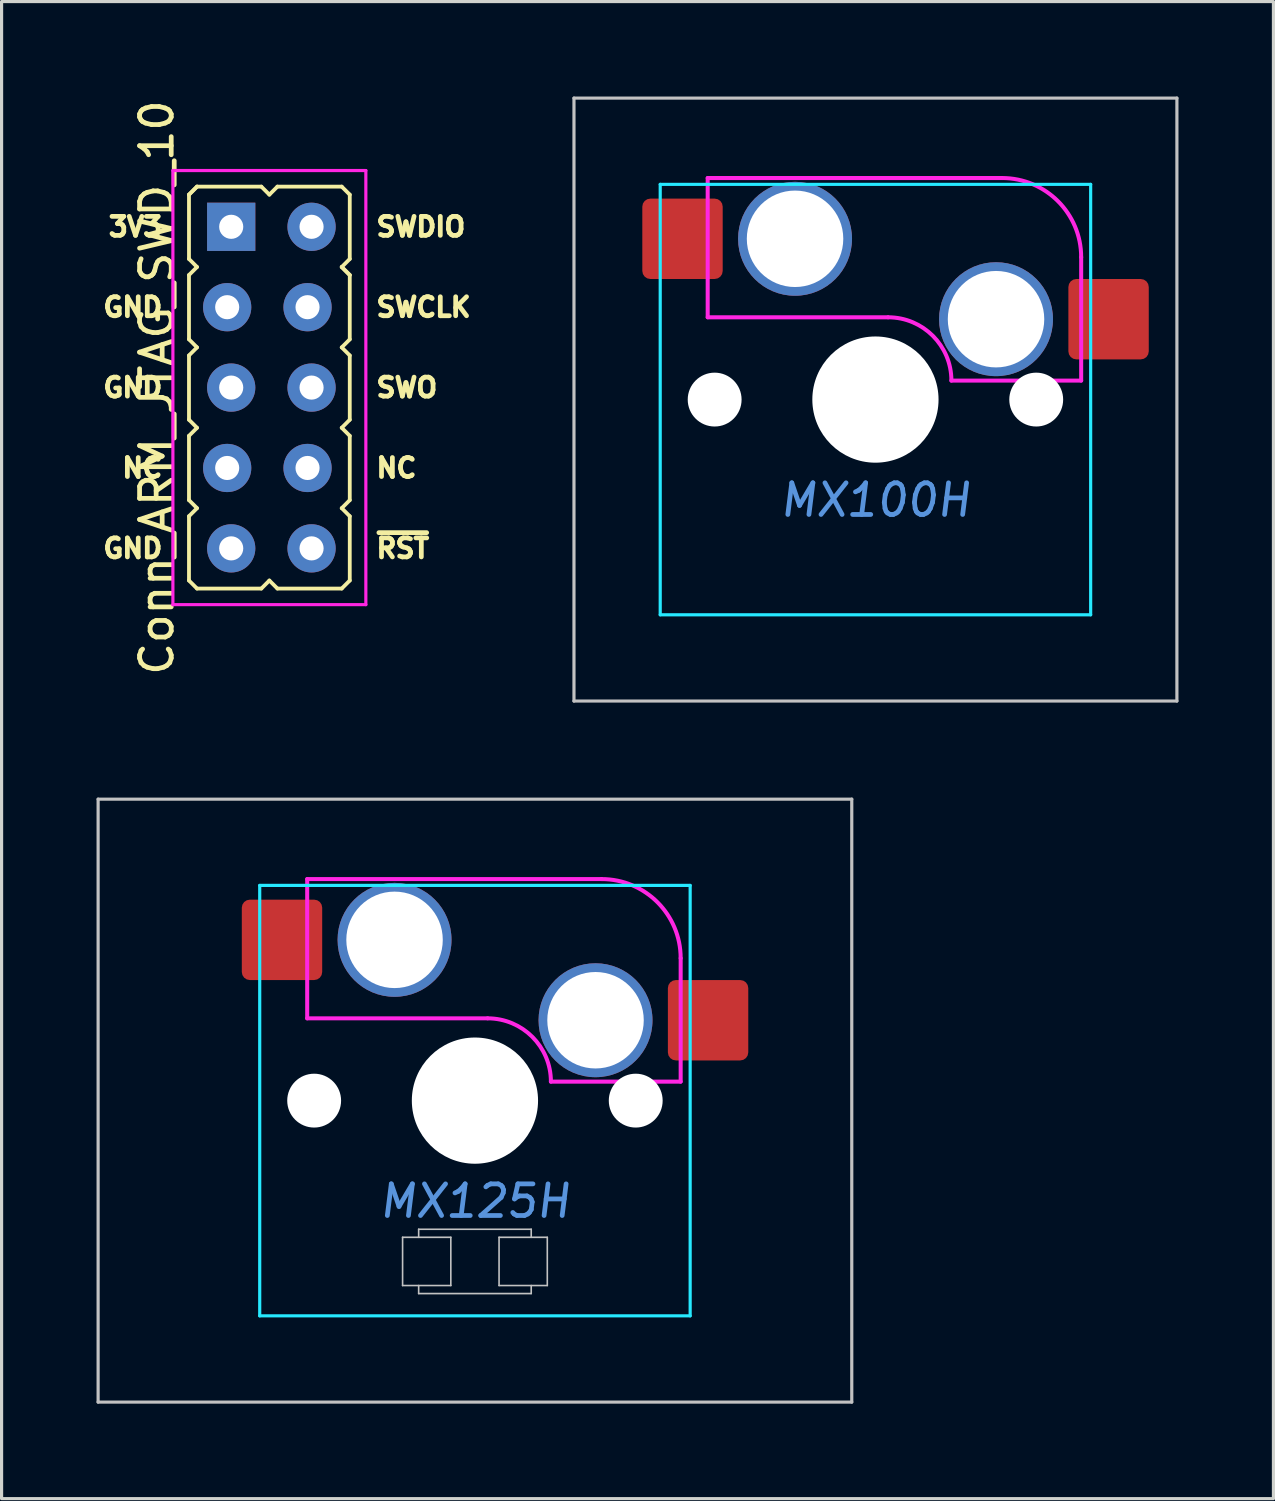
<source format=kicad_pcb>
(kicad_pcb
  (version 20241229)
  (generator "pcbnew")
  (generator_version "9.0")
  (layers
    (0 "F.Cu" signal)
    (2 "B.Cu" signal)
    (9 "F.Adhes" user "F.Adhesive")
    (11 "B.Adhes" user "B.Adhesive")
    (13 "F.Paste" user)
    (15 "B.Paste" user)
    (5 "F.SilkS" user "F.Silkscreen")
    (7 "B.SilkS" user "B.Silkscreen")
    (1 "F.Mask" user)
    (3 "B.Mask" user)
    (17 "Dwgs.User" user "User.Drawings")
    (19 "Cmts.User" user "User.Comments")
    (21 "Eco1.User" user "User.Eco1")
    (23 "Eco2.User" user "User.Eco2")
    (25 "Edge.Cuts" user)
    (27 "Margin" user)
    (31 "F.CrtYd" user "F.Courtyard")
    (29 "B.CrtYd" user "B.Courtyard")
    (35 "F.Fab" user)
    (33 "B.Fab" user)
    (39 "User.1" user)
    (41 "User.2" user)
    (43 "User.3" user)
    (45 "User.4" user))
  (footprint "MX100H"
    (layer "F.Cu")
    (at 24.61 9.575)
    (property "Reference" "MX100H" (at 0 3.175 0) (layer "Cmts.User") (effects (font (size 1 1) (thickness 0.15) (italic yes))))
    (attr smd)
    (fp_line (start -9.525 -9.525) (end -9.525 9.525) (stroke (width 0.1) (type solid)) (layer "Dwgs.User"))
    (fp_line (start -9.525 -9.525) (end 9.525 -9.525) (stroke (width 0.1) (type solid)) (layer "Dwgs.User"))
    (fp_line (start -9.525 9.525) (end 9.525 9.525) (stroke (width 0.1) (type solid)) (layer "Dwgs.User"))
    (fp_line (start 9.525 9.525) (end 9.525 -9.525) (stroke (width 0.1) (type solid)) (layer "Dwgs.User"))
    (fp_line (start -7 6.5) (end -7 -6.5) (stroke (width 0.1) (type solid)) (layer "Eco1.User"))
    (fp_line (start -6.5 -7) (end 6.5 -7) (stroke (width 0.1) (type solid)) (layer "Eco1.User"))
    (fp_line (start 6.5 7) (end -6.5 7) (stroke (width 0.1) (type solid)) (layer "Eco1.User"))
    (fp_line (start 7 -6.5) (end 7 6.5) (stroke (width 0.1) (type solid)) (layer "Eco1.User"))
    (fp_arc (start -7 -6.5) (mid -6.853553 -6.853553) (end -6.5 -7) (stroke (width 0.1) (type solid)) (layer "Eco1.User"))
    (fp_arc (start -6.5 7) (mid -6.853553 6.853553) (end -7 6.5) (stroke (width 0.1) (type solid)) (layer "Eco1.User"))
    (fp_arc (start 6.5 -7) (mid 6.853553 -6.853553) (end 7 -6.5) (stroke (width 0.1) (type solid)) (layer "Eco1.User"))
    (fp_arc (start 7 6.5) (mid 6.853553 6.853553) (end 6.5 7) (stroke (width 0.1) (type solid)) (layer "Eco1.User"))
    (fp_line (start -6.8 -6.8) (end -6.8 6.8) (stroke (width 0.1) (type solid)) (layer "B.CrtYd"))
    (fp_line (start -6.8 -6.8) (end 6.8 -6.8) (stroke (width 0.1) (type solid)) (layer "B.CrtYd"))
    (fp_line (start 6.8 6.8) (end -6.8 6.8) (stroke (width 0.1) (type solid)) (layer "B.CrtYd"))
    (fp_line (start 6.8 6.8) (end 6.8 -6.8) (stroke (width 0.1) (type solid)) (layer "B.CrtYd"))
    (fp_line (start -5.3 -7) (end -5.3 -2.6) (stroke (width 0.127) (type solid)) (layer "F.CrtYd"))
    (fp_line (start -5.3 -7) (end 4 -7) (stroke (width 0.127) (type solid)) (layer "F.CrtYd"))
    (fp_line (start 0.4 -2.6) (end -5.3 -2.6) (stroke (width 0.127) (type solid)) (layer "F.CrtYd"))
    (fp_line (start 6.5 -4.5) (end 6.5 -0.6) (stroke (width 0.127) (type solid)) (layer "F.CrtYd"))
    (fp_line (start 6.5 -0.6) (end 2.4 -0.6) (stroke (width 0.127) (type solid)) (layer "F.CrtYd"))
    (fp_arc (start 0.4 -2.6) (mid 1.814214 -2.014214) (end 2.4 -0.6) (stroke (width 0.127) (type solid)) (layer "F.CrtYd"))
    (fp_arc (start 4 -7) (mid 5.767767 -6.267767) (end 6.5 -4.5) (stroke (width 0.127) (type solid)) (layer "F.CrtYd"))
    (pad "" np_thru_hole circle (at -5.08 0) (size 1.702 1.702) (drill 1.702) (layers "*.Cu" "*.Mask"))
    (pad "" thru_hole circle (at -2.54 -5.08) (size 3.6 3.6) (drill 3.048) (layers "*.Cu" "*.Mask"))
    (pad "" np_thru_hole circle (at 0 0) (size 3.988 3.988) (drill 3.988) (layers "*.Cu" "*.Mask"))
    (pad "" thru_hole circle (at 3.81 -2.54) (size 3.6 3.6) (drill 3.048) (layers "*.Cu" "*.Mask"))
    (pad "" np_thru_hole circle (at 5.08 0) (size 1.702 1.702) (drill 1.702) (layers "*.Cu" "*.Mask"))
    (pad "1" smd roundrect (at -6.096 -5.08) (size 2.54 2.54) (layers "F.Cu" "F.Mask") (roundrect_rratio 0.1))
    (pad "2" smd roundrect (at 7.366 -2.54) (size 2.54 2.54) (layers "F.Cu" "F.Mask") (roundrect_rratio 0.1)))
  (footprint "MX125H"
    (layer "F.Cu")
    (at 11.956 31.725)
    (property "Reference" "MX125H" (at 0 3.175 180) (layer "Cmts.User") (effects (font (size 1 1) (thickness 0.15) (italic yes))))
    (attr smd)
    (fp_line (start -11.906 -9.525) (end -11.906 9.525) (stroke (width 0.1) (type solid)) (layer "Dwgs.User"))
    (fp_line (start -11.906 -9.525) (end 11.906 -9.525) (stroke (width 0.1) (type solid)) (layer "Dwgs.User"))
    (fp_line (start -11.906 9.525) (end 11.906 9.525) (stroke (width 0.1) (type solid)) (layer "Dwgs.User"))
    (fp_line (start -2.286 4.318) (end -2.286 5.842) (stroke (width 0.051) (type solid)) (layer "Dwgs.User"))
    (fp_line (start -2.286 5.842) (end -0.762 5.842) (stroke (width 0.051) (type solid)) (layer "Dwgs.User"))
    (fp_line (start -1.778 4.064) (end -1.778 4.318) (stroke (width 0.051) (type solid)) (layer "Dwgs.User"))
    (fp_line (start -1.778 6.096) (end -1.778 5.842) (stroke (width 0.051) (type solid)) (layer "Dwgs.User"))
    (fp_line (start -1.778 6.096) (end 1.778 6.096) (stroke (width 0.051) (type solid)) (layer "Dwgs.User"))
    (fp_line (start -0.762 4.318) (end -2.286 4.318) (stroke (width 0.051) (type solid)) (layer "Dwgs.User"))
    (fp_line (start -0.762 5.842) (end -0.762 4.318) (stroke (width 0.051) (type solid)) (layer "Dwgs.User"))
    (fp_line (start 0.762 4.318) (end 2.286 4.318) (stroke (width 0.051) (type solid)) (layer "Dwgs.User"))
    (fp_line (start 0.762 5.842) (end 0.762 4.318) (stroke (width 0.051) (type solid)) (layer "Dwgs.User"))
    (fp_line (start 1.778 4.064) (end -1.778 4.064) (stroke (width 0.051) (type solid)) (layer "Dwgs.User"))
    (fp_line (start 1.778 4.318) (end 1.778 4.064) (stroke (width 0.051) (type solid)) (layer "Dwgs.User"))
    (fp_line (start 1.778 6.096) (end 1.778 5.842) (stroke (width 0.051) (type solid)) (layer "Dwgs.User"))
    (fp_line (start 2.286 4.318) (end 2.286 5.842) (stroke (width 0.051) (type solid)) (layer "Dwgs.User"))
    (fp_line (start 2.286 5.842) (end 0.762 5.842) (stroke (width 0.051) (type solid)) (layer "Dwgs.User"))
    (fp_line (start 11.906 9.525) (end 11.906 -9.525) (stroke (width 0.1) (type solid)) (layer "Dwgs.User"))
    (fp_line (start -7 6.5) (end -7 -6.5) (stroke (width 0.1) (type solid)) (layer "Eco1.User"))
    (fp_line (start -6.5 -7) (end 6.5 -7) (stroke (width 0.1) (type solid)) (layer "Eco1.User"))
    (fp_line (start 6.5 7) (end -6.5 7) (stroke (width 0.1) (type solid)) (layer "Eco1.User"))
    (fp_line (start 7 -6.5) (end 7 6.5) (stroke (width 0.1) (type solid)) (layer "Eco1.User"))
    (fp_arc (start -7 -6.5) (mid -6.853553 -6.853553) (end -6.5 -7) (stroke (width 0.1) (type solid)) (layer "Eco1.User"))
    (fp_arc (start -6.5 7) (mid -6.853553 6.853553) (end -7 6.5) (stroke (width 0.1) (type solid)) (layer "Eco1.User"))
    (fp_arc (start 6.5 -7) (mid 6.853553 -6.853553) (end 7 -6.5) (stroke (width 0.1) (type solid)) (layer "Eco1.User"))
    (fp_arc (start 7 6.5) (mid 6.853553 6.853553) (end 6.5 7) (stroke (width 0.1) (type solid)) (layer "Eco1.User"))
    (fp_line (start -6.8 -6.8) (end -6.8 6.8) (stroke (width 0.1) (type solid)) (layer "B.CrtYd"))
    (fp_line (start -6.8 -6.8) (end 6.8 -6.8) (stroke (width 0.1) (type solid)) (layer "B.CrtYd"))
    (fp_line (start 6.8 6.8) (end -6.8 6.8) (stroke (width 0.1) (type solid)) (layer "B.CrtYd"))
    (fp_line (start 6.8 6.8) (end 6.8 -6.8) (stroke (width 0.1) (type solid)) (layer "B.CrtYd"))
    (fp_line (start -5.3 -7) (end -5.3 -2.6) (stroke (width 0.127) (type solid)) (layer "F.CrtYd"))
    (fp_line (start -5.3 -7) (end 4 -7) (stroke (width 0.127) (type solid)) (layer "F.CrtYd"))
    (fp_line (start 0.4 -2.6) (end -5.3 -2.6) (stroke (width 0.127) (type solid)) (layer "F.CrtYd"))
    (fp_line (start 6.5 -4.5) (end 6.5 -0.6) (stroke (width 0.127) (type solid)) (layer "F.CrtYd"))
    (fp_line (start 6.5 -0.6) (end 2.4 -0.6) (stroke (width 0.127) (type solid)) (layer "F.CrtYd"))
    (fp_arc (start 0.4 -2.6) (mid 1.814214 -2.014214) (end 2.4 -0.6) (stroke (width 0.127) (type solid)) (layer "F.CrtYd"))
    (fp_arc (start 4 -7) (mid 5.767767 -6.267767) (end 6.5 -4.5) (stroke (width 0.127) (type solid)) (layer "F.CrtYd"))
    (pad "" np_thru_hole circle (at -5.08 0) (size 1.702 1.702) (drill 1.702) (layers "*.Cu" "*.Mask"))
    (pad "" thru_hole circle (at -2.54 -5.08) (size 3.6 3.6) (drill 3.048) (layers "*.Cu" "*.Mask"))
    (pad "" np_thru_hole circle (at 0 0) (size 3.988 3.988) (drill 3.988) (layers "*.Cu" "*.Mask"))
    (pad "" thru_hole circle (at 3.81 -2.54) (size 3.6 3.6) (drill 3.048) (layers "*.Cu" "*.Mask"))
    (pad "" np_thru_hole circle (at 5.08 0) (size 1.702 1.702) (drill 1.702) (layers "*.Cu" "*.Mask"))
    (pad "1" smd roundrect (at -6.096 -5.08) (size 2.54 2.54) (layers "F.Cu" "F.Mask") (roundrect_rratio 0.1))
    (pad "2" smd roundrect (at 7.366 -2.54) (size 2.54 2.54) (layers "F.Cu" "F.Mask") (roundrect_rratio 0.1)))
  (footprint "Conn_ARM_JTAG_SWD_10"
    (layer "F.Cu")
    (at 5.461 9.196)
    (property "Reference" "Conn_ARM_JTAG_SWD_10" (at -3.556 0 90) (layer "F.SilkS") (effects (font (size 1 1) (thickness 0.15))))
    (attr through_hole)
    (fp_line (start -2.54 -6.096) (end -2.286 -6.35) (stroke (width 0.12) (type solid)) (layer "F.SilkS"))
    (fp_line (start -2.54 -6.096) (end -2.286 -6.35) (stroke (width 0.12) (type solid)) (layer "F.SilkS"))
    (fp_line (start -2.54 -4.064) (end -2.54 -6.096) (stroke (width 0.12) (type solid)) (layer "F.SilkS"))
    (fp_line (start -2.54 -3.556) (end -2.286 -3.81) (stroke (width 0.12) (type solid)) (layer "F.SilkS"))
    (fp_line (start -2.54 -1.524) (end -2.54 -3.556) (stroke (width 0.12) (type solid)) (layer "F.SilkS"))
    (fp_line (start -2.54 -1.016) (end -2.286 -1.27) (stroke (width 0.12) (type solid)) (layer "F.SilkS"))
    (fp_line (start -2.54 1.016) (end -2.54 -1.016) (stroke (width 0.12) (type solid)) (layer "F.SilkS"))
    (fp_line (start -2.54 1.524) (end -2.286 1.27) (stroke (width 0.12) (type solid)) (layer "F.SilkS"))
    (fp_line (start -2.54 3.556) (end -2.54 1.524) (stroke (width 0.12) (type solid)) (layer "F.SilkS"))
    (fp_line (start -2.54 4.064) (end -2.286 3.81) (stroke (width 0.12) (type solid)) (layer "F.SilkS"))
    (fp_line (start -2.54 6.096) (end -2.54 4.064) (stroke (width 0.12) (type solid)) (layer "F.SilkS"))
    (fp_line (start -2.286 -3.81) (end -2.54 -4.064) (stroke (width 0.12) (type solid)) (layer "F.SilkS"))
    (fp_line (start -2.286 -1.27) (end -2.54 -1.524) (stroke (width 0.12) (type solid)) (layer "F.SilkS"))
    (fp_line (start -2.286 1.27) (end -2.54 1.016) (stroke (width 0.12) (type solid)) (layer "F.SilkS"))
    (fp_line (start -2.286 3.81) (end -2.54 3.556) (stroke (width 0.12) (type solid)) (layer "F.SilkS"))
    (fp_line (start -2.286 6.35) (end -2.54 6.096) (stroke (width 0.12) (type solid)) (layer "F.SilkS"))
    (fp_line (start -0.254 -6.35) (end -2.286 -6.35) (stroke (width 0.12) (type solid)) (layer "F.SilkS"))
    (fp_line (start -0.254 6.35) (end -2.286 6.35) (stroke (width 0.12) (type solid)) (layer "F.SilkS"))
    (fp_line (start -0.254 6.35) (end 0 6.096) (stroke (width 0.12) (type solid)) (layer "F.SilkS"))
    (fp_line (start 0 -6.096) (end -0.254 -6.35) (stroke (width 0.12) (type solid)) (layer "F.SilkS"))
    (fp_line (start 0.254 -6.35) (end 0 -6.096) (stroke (width 0.12) (type solid)) (layer "F.SilkS"))
    (fp_line (start 0.254 -6.35) (end 2.286 -6.35) (stroke (width 0.12) (type solid)) (layer "F.SilkS"))
    (fp_line (start 0.254 6.35) (end 0 6.096) (stroke (width 0.12) (type solid)) (layer "F.SilkS"))
    (fp_line (start 2.286 -6.35) (end 2.54 -6.096) (stroke (width 0.12) (type solid)) (layer "F.SilkS"))
    (fp_line (start 2.286 -3.81) (end 2.54 -3.556) (stroke (width 0.12) (type solid)) (layer "F.SilkS"))
    (fp_line (start 2.286 -3.81) (end 2.54 -3.556) (stroke (width 0.12) (type solid)) (layer "F.SilkS"))
    (fp_line (start 2.286 -1.27) (end 2.54 -1.016) (stroke (width 0.12) (type solid)) (layer "F.SilkS"))
    (fp_line (start 2.286 1.27) (end 2.54 1.524) (stroke (width 0.12) (type solid)) (layer "F.SilkS"))
    (fp_line (start 2.286 3.81) (end 2.54 4.064) (stroke (width 0.12) (type solid)) (layer "F.SilkS"))
    (fp_line (start 2.286 6.35) (end 0.254 6.35) (stroke (width 0.12) (type solid)) (layer "F.SilkS"))
    (fp_line (start 2.54 -6.096) (end 2.54 -4.064) (stroke (width 0.12) (type solid)) (layer "F.SilkS"))
    (fp_line (start 2.54 -4.064) (end 2.286 -3.81) (stroke (width 0.12) (type solid)) (layer "F.SilkS"))
    (fp_line (start 2.54 -3.556) (end 2.54 -1.524) (stroke (width 0.12) (type solid)) (layer "F.SilkS"))
    (fp_line (start 2.54 -1.524) (end 2.286 -1.27) (stroke (width 0.12) (type solid)) (layer "F.SilkS"))
    (fp_line (start 2.54 -1.016) (end 2.54 1.016) (stroke (width 0.12) (type solid)) (layer "F.SilkS"))
    (fp_line (start 2.54 1.016) (end 2.286 1.27) (stroke (width 0.12) (type solid)) (layer "F.SilkS"))
    (fp_line (start 2.54 1.524) (end 2.54 3.556) (stroke (width 0.12) (type solid)) (layer "F.SilkS"))
    (fp_line (start 2.54 3.556) (end 2.286 3.81) (stroke (width 0.12) (type solid)) (layer "F.SilkS"))
    (fp_line (start 2.54 4.064) (end 2.54 6.096) (stroke (width 0.12) (type solid)) (layer "F.SilkS"))
    (fp_line (start 2.54 6.096) (end 2.286 6.35) (stroke (width 0.12) (type solid)) (layer "F.SilkS"))
    (fp_line (start -3.048 6.858) (end -3.048 -6.858) (stroke (width 0.1) (type solid)) (layer "F.CrtYd"))
    (fp_line (start -3.048 6.858) (end 3.048 6.858) (stroke (width 0.1) (type solid)) (layer "F.CrtYd"))
    (fp_line (start 3.048 -6.858) (end -3.048 -6.858) (stroke (width 0.1) (type solid)) (layer "F.CrtYd"))
    (fp_line (start 3.048 -6.858) (end 3.048 6.858) (stroke (width 0.1) (type solid)) (layer "F.CrtYd"))
    (fp_text user "SWCLK" (at 3.302 -2.54 0) (layer "F.SilkS") (effects (font (size 0.6 0.6) (thickness 0.15)) (justify left)))
    (fp_text user "GND" (at -3.302 5.08 0) (layer "F.SilkS") (effects (font (size 0.6 0.6) (thickness 0.15)) (justify right)))
    (fp_text user "3V3" (at -3.302 -5.08 0) (layer "F.SilkS") (effects (font (size 0.6 0.6) (thickness 0.15)) (justify right)))
    (fp_text user "NC" (at 3.302 2.54 0) (layer "F.SilkS") (effects (font (size 0.6 0.6) (thickness 0.15)) (justify left)))
    (fp_text user "~{RST}" (at 3.302 5.08 0) (layer "F.SilkS") (effects (font (size 0.6 0.6) (thickness 0.15)) (justify left)))
    (fp_text user "GND" (at -3.302 0 0) (layer "F.SilkS") (effects (font (size 0.6 0.6) (thickness 0.15)) (justify right)))
    (fp_text user "SWO" (at 3.302 0 0) (layer "F.SilkS") (effects (font (size 0.6 0.6) (thickness 0.15)) (justify left)))
    (fp_text user "SWDIO" (at 3.302 -5.08 0) (layer "F.SilkS") (effects (font (size 0.6 0.6) (thickness 0.15)) (justify left)))
    (fp_text user "GND" (at -3.302 -2.54 0) (layer "F.SilkS") (effects (font (size 0.6 0.6) (thickness 0.15)) (justify right)))
    (fp_text user "NC" (at -3.302 2.54 0) (layer "F.SilkS") (effects (font (size 0.6 0.6) (thickness 0.15)) (justify right)))
    (pad "1" thru_hole rect (at -1.206 -5.08) (size 1.524 1.524) (drill 0.762) (layers "*.Cu" "*.Mask"))
    (pad "2" thru_hole oval (at 1.333 -5.08) (size 1.524 1.524) (drill 0.762) (layers "*.Cu" "*.Mask"))
    (pad "3" thru_hole oval (at -1.333 -2.54) (size 1.524 1.524) (drill 0.762) (layers "*.Cu" "*.Mask"))
    (pad "4" thru_hole oval (at 1.206 -2.54) (size 1.524 1.524) (drill 0.762) (layers "*.Cu" "*.Mask"))
    (pad "5" thru_hole oval (at -1.206 0) (size 1.524 1.524) (drill 0.762) (layers "*.Cu" "*.Mask"))
    (pad "6" thru_hole oval (at 1.333 0) (size 1.524 1.524) (drill 0.762) (layers "*.Cu" "*.Mask"))
    (pad "7" thru_hole oval (at -1.333 2.54) (size 1.524 1.524) (drill 0.762) (layers "*.Cu" "*.Mask"))
    (pad "8" thru_hole oval (at 1.206 2.54) (size 1.524 1.524) (drill 0.762) (layers "*.Cu" "*.Mask"))
    (pad "9" thru_hole oval (at -1.206 5.08) (size 1.524 1.524) (drill 0.762) (layers "*.Cu" "*.Mask"))
    (pad "10" thru_hole oval (at 1.333 5.08) (size 1.524 1.524) (drill 0.762) (layers "*.Cu" "*.Mask")))
  (gr_rect
    (start -3 -3)
    (end 37.185 44.3)
    (stroke (width 0.1) (type default))
    (fill no)
    (layer "Edge.Cuts")))
</source>
